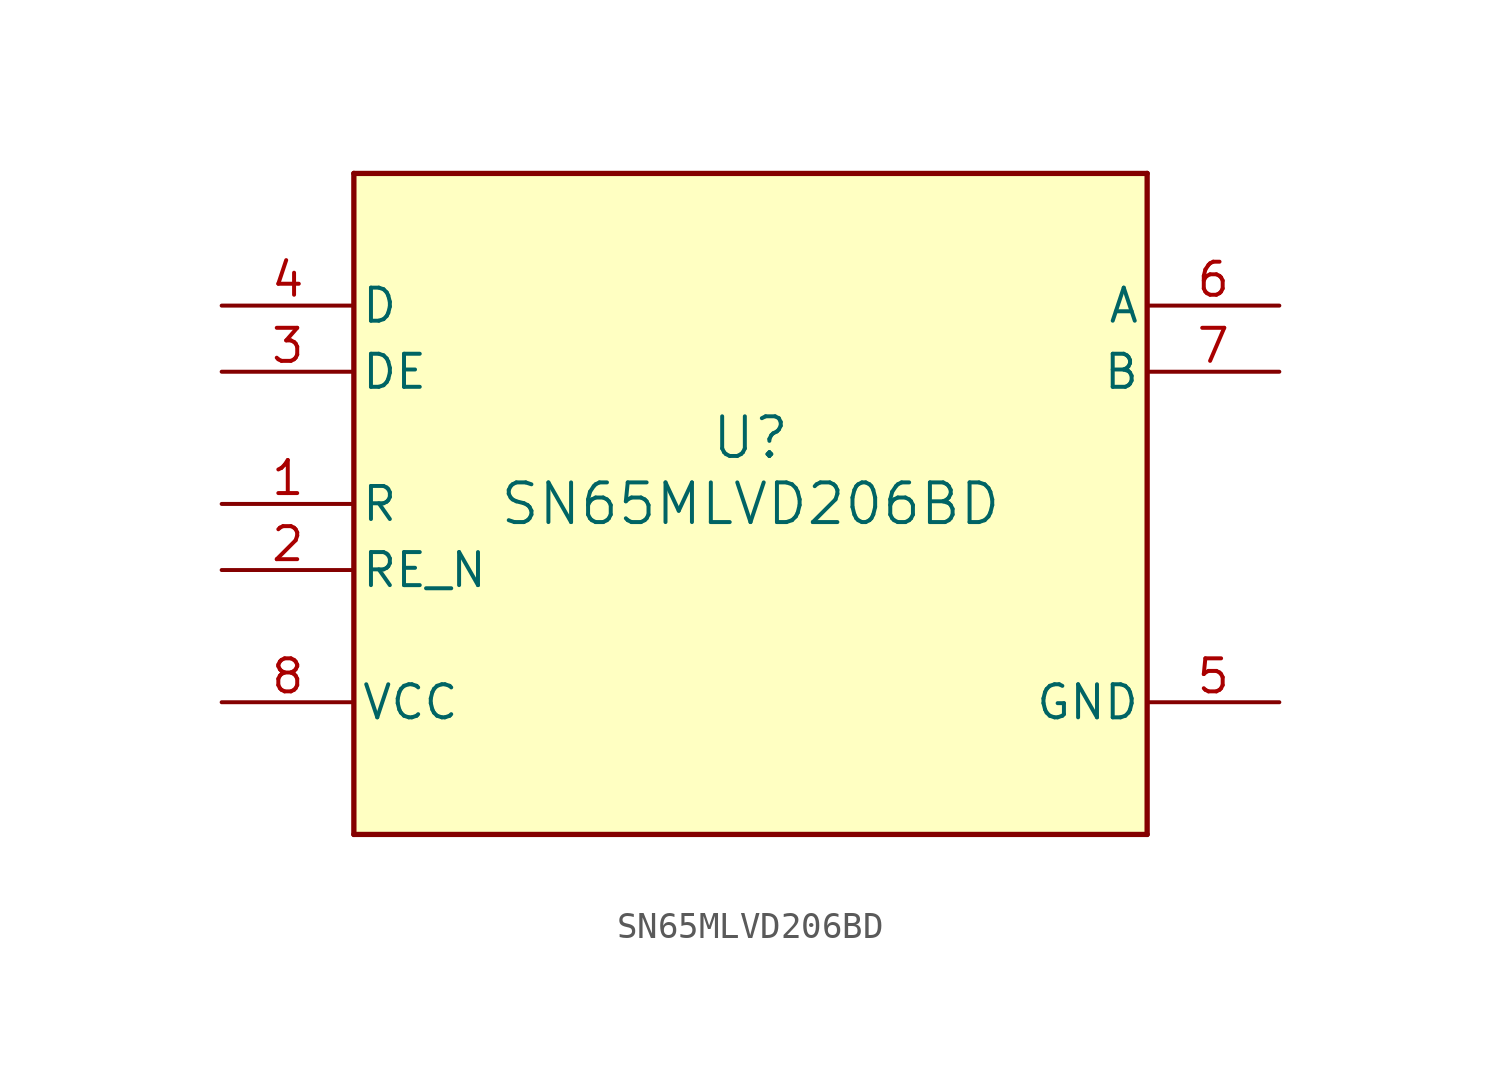
<source format=kicad_sym>
(kicad_symbol_lib
  (version 20231120)
  (generator "kicad_symbol_editor")
  (generator_version "8.0")
  (symbol "SN65MLVD206BD"
    (pin_names
      (offset 0.254))
    (property "Reference" "U"
      (at 0 2.54 0)
      (effects (font (size 1.524 1.524))))
    (property "Value" "SN65MLVD206BD"
      (at 0 0 0)
      (effects (font (size 1.524 1.524))))
    (property "ki_locked" ""
      (at 0 0 0)
      (effects (font (size 1.27 1.27))))
    (symbol "SN65MLVD206BD_0_1"
      (rectangle (start -15.24 12.7) (end 15.24 -12.7) (stroke (width 0) (type default)) (fill (type background)))
      (polyline (pts (xy -15.24 -12.7) (xy 15.24 -12.7)) (stroke (width 0.203) (type default)) (fill (type none)))
      (polyline (pts (xy -15.24 12.7) (xy -15.24 -12.7)) (stroke (width 0.203) (type default)) (fill (type none)))
      (polyline (pts (xy 15.24 -12.7) (xy 15.24 12.7)) (stroke (width 0.203) (type default)) (fill (type none)))
      (polyline (pts (xy 15.24 12.7) (xy -15.24 12.7)) (stroke (width 0.203) (type default)) (fill (type none)))
      (pin tri_state line (at -20.32 0 0) (length 5.08) (name "R" (effects (font (size 1.27 1.27)))) (number "1" (effects (font (size 1.27 1.27)))))
      (pin input line (at -20.32 -2.54 0) (length 5.08) (name "RE_N" (effects (font (size 1.27 1.27)))) (number "2" (effects (font (size 1.27 1.27)))))
      (pin input line (at -20.32 5.08 0) (length 5.08) (name "DE" (effects (font (size 1.27 1.27)))) (number "3" (effects (font (size 1.27 1.27)))))
      (pin input line (at -20.32 7.62 0) (length 5.08) (name "D" (effects (font (size 1.27 1.27)))) (number "4" (effects (font (size 1.27 1.27)))))
      (pin power_in line (at 20.32 -7.62 180) (length 5.08) (name "GND" (effects (font (size 1.27 1.27)))) (number "5" (effects (font (size 1.27 1.27)))))
      (pin bidirectional line (at 20.32 7.62 180) (length 5.08) (name "A" (effects (font (size 1.27 1.27)))) (number "6" (effects (font (size 1.27 1.27)))))
      (pin bidirectional line (at 20.32 5.08 180) (length 5.08) (name "B" (effects (font (size 1.27 1.27)))) (number "7" (effects (font (size 1.27 1.27)))))
      (pin power_in line (at -20.32 -7.62 0) (length 5.08) (name "VCC" (effects (font (size 1.27 1.27)))) (number "8" (effects (font (size 1.27 1.27))))))))
</source>
